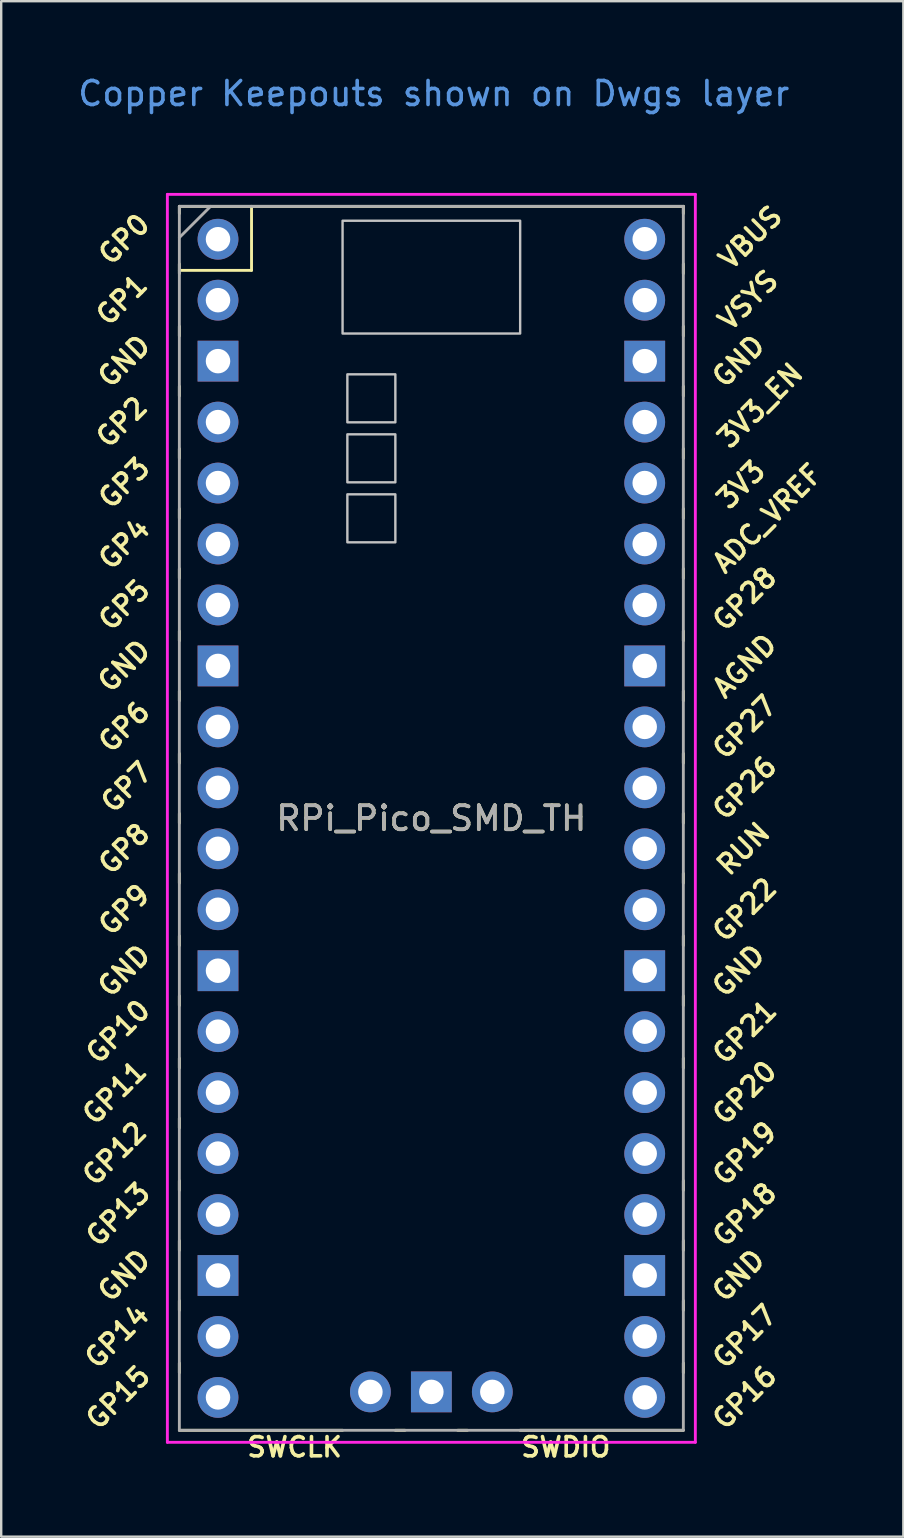
<source format=kicad_pcb>
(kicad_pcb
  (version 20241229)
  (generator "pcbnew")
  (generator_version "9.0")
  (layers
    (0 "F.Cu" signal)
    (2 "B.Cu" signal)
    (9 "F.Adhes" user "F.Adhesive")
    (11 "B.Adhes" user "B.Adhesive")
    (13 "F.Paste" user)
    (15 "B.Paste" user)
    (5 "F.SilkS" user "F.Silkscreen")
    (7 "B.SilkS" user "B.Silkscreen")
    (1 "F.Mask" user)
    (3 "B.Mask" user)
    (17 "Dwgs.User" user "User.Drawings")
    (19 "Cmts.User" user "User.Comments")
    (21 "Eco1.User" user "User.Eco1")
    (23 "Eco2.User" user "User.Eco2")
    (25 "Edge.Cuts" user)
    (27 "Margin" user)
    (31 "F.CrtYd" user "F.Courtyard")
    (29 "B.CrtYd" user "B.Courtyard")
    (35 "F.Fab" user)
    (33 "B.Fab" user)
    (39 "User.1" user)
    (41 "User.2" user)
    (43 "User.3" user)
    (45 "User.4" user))
  (footprint "RPi_Pico_SMD_TH"
    (layer "F.Cu")
    (at 14.924 31.048)
    (property "Reference" "RPi_Pico_SMD_TH" (at 0 0 0) (layer "F.SilkS") (effects (font (size 1 1) (thickness 0.15))))
    (attr through_hole)
    (fp_line (start -10.5 -25.5) (end -10.5 -25.2) (stroke (width 0.12) (type solid)) (layer "F.SilkS"))
    (fp_line (start -10.5 -25.5) (end 10.5 -25.5) (stroke (width 0.12) (type solid)) (layer "F.SilkS"))
    (fp_line (start -10.5 -23.1) (end -10.5 -22.7) (stroke (width 0.12) (type solid)) (layer "F.SilkS"))
    (fp_line (start -10.5 -22.833) (end -7.493 -22.833) (stroke (width 0.12) (type solid)) (layer "F.SilkS"))
    (fp_line (start -10.5 -20.5) (end -10.5 -20.1) (stroke (width 0.12) (type solid)) (layer "F.SilkS"))
    (fp_line (start -10.5 -18) (end -10.5 -17.6) (stroke (width 0.12) (type solid)) (layer "F.SilkS"))
    (fp_line (start -10.5 -15.4) (end -10.5 -15) (stroke (width 0.12) (type solid)) (layer "F.SilkS"))
    (fp_line (start -10.5 -12.9) (end -10.5 -12.5) (stroke (width 0.12) (type solid)) (layer "F.SilkS"))
    (fp_line (start -10.5 -10.4) (end -10.5 -10) (stroke (width 0.12) (type solid)) (layer "F.SilkS"))
    (fp_line (start -10.5 -7.8) (end -10.5 -7.4) (stroke (width 0.12) (type solid)) (layer "F.SilkS"))
    (fp_line (start -10.5 -5.3) (end -10.5 -4.9) (stroke (width 0.12) (type solid)) (layer "F.SilkS"))
    (fp_line (start -10.5 -2.7) (end -10.5 -2.3) (stroke (width 0.12) (type solid)) (layer "F.SilkS"))
    (fp_line (start -10.5 -0.2) (end -10.5 0.2) (stroke (width 0.12) (type solid)) (layer "F.SilkS"))
    (fp_line (start -10.5 2.3) (end -10.5 2.7) (stroke (width 0.12) (type solid)) (layer "F.SilkS"))
    (fp_line (start -10.5 4.9) (end -10.5 5.3) (stroke (width 0.12) (type solid)) (layer "F.SilkS"))
    (fp_line (start -10.5 7.4) (end -10.5 7.8) (stroke (width 0.12) (type solid)) (layer "F.SilkS"))
    (fp_line (start -10.5 10) (end -10.5 10.4) (stroke (width 0.12) (type solid)) (layer "F.SilkS"))
    (fp_line (start -10.5 12.5) (end -10.5 12.9) (stroke (width 0.12) (type solid)) (layer "F.SilkS"))
    (fp_line (start -10.5 15.1) (end -10.5 15.5) (stroke (width 0.12) (type solid)) (layer "F.SilkS"))
    (fp_line (start -10.5 17.6) (end -10.5 18) (stroke (width 0.12) (type solid)) (layer "F.SilkS"))
    (fp_line (start -10.5 20.1) (end -10.5 20.5) (stroke (width 0.12) (type solid)) (layer "F.SilkS"))
    (fp_line (start -10.5 22.7) (end -10.5 23.1) (stroke (width 0.12) (type solid)) (layer "F.SilkS"))
    (fp_line (start -7.493 -22.833) (end -7.493 -25.5) (stroke (width 0.12) (type solid)) (layer "F.SilkS"))
    (fp_line (start -3.7 25.5) (end -10.5 25.5) (stroke (width 0.12) (type solid)) (layer "F.SilkS"))
    (fp_line (start -1.5 25.5) (end -1.1 25.5) (stroke (width 0.12) (type solid)) (layer "F.SilkS"))
    (fp_line (start 1.1 25.5) (end 1.5 25.5) (stroke (width 0.12) (type solid)) (layer "F.SilkS"))
    (fp_line (start 10.5 -25.5) (end 10.5 -25.2) (stroke (width 0.12) (type solid)) (layer "F.SilkS"))
    (fp_line (start 10.5 -23.1) (end 10.5 -22.7) (stroke (width 0.12) (type solid)) (layer "F.SilkS"))
    (fp_line (start 10.5 -20.5) (end 10.5 -20.1) (stroke (width 0.12) (type solid)) (layer "F.SilkS"))
    (fp_line (start 10.5 -18) (end 10.5 -17.6) (stroke (width 0.12) (type solid)) (layer "F.SilkS"))
    (fp_line (start 10.5 -15.4) (end 10.5 -15) (stroke (width 0.12) (type solid)) (layer "F.SilkS"))
    (fp_line (start 10.5 -12.9) (end 10.5 -12.5) (stroke (width 0.12) (type solid)) (layer "F.SilkS"))
    (fp_line (start 10.5 -10.4) (end 10.5 -10) (stroke (width 0.12) (type solid)) (layer "F.SilkS"))
    (fp_line (start 10.5 -7.8) (end 10.5 -7.4) (stroke (width 0.12) (type solid)) (layer "F.SilkS"))
    (fp_line (start 10.5 -5.3) (end 10.5 -4.9) (stroke (width 0.12) (type solid)) (layer "F.SilkS"))
    (fp_line (start 10.5 -2.7) (end 10.5 -2.3) (stroke (width 0.12) (type solid)) (layer "F.SilkS"))
    (fp_line (start 10.5 -0.2) (end 10.5 0.2) (stroke (width 0.12) (type solid)) (layer "F.SilkS"))
    (fp_line (start 10.5 2.3) (end 10.5 2.7) (stroke (width 0.12) (type solid)) (layer "F.SilkS"))
    (fp_line (start 10.5 4.9) (end 10.5 5.3) (stroke (width 0.12) (type solid)) (layer "F.SilkS"))
    (fp_line (start 10.5 7.4) (end 10.5 7.8) (stroke (width 0.12) (type solid)) (layer "F.SilkS"))
    (fp_line (start 10.5 10) (end 10.5 10.4) (stroke (width 0.12) (type solid)) (layer "F.SilkS"))
    (fp_line (start 10.5 15.1) (end 10.5 15.5) (stroke (width 0.12) (type solid)) (layer "F.SilkS"))
    (fp_line (start 10.5 17.6) (end 10.5 18) (stroke (width 0.12) (type solid)) (layer "F.SilkS"))
    (fp_line (start 10.5 20.1) (end 10.5 20.5) (stroke (width 0.12) (type solid)) (layer "F.SilkS"))
    (fp_line (start 10.5 22.7) (end 10.5 23.1) (stroke (width 0.12) (type solid)) (layer "F.SilkS"))
    (fp_line (start 10.5 25.5) (end 3.7 25.5) (stroke (width 0.12) (type solid)) (layer "F.SilkS"))
    (fp_poly (pts (xy -1.5 -16.5) (xy -3.5 -16.5) (xy -3.5 -18.5) (xy -1.5 -18.5)) (stroke (width 0.1) (type solid)) (fill no) (layer "Dwgs.User"))
    (fp_poly (pts (xy -1.5 -14) (xy -3.5 -14) (xy -3.5 -16) (xy -1.5 -16)) (stroke (width 0.1) (type solid)) (fill no) (layer "Dwgs.User"))
    (fp_poly (pts (xy -1.5 -11.5) (xy -3.5 -11.5) (xy -3.5 -13.5) (xy -1.5 -13.5)) (stroke (width 0.1) (type solid)) (fill no) (layer "Dwgs.User"))
    (fp_poly (pts (xy 3.7 -20.2) (xy -3.7 -20.2) (xy -3.7 -24.9) (xy 3.7 -24.9)) (stroke (width 0.1) (type solid)) (fill no) (layer "Dwgs.User"))
    (fp_line (start -11 -26) (end 11 -26) (stroke (width 0.12) (type solid)) (layer "F.CrtYd"))
    (fp_line (start -11 26) (end -11 -26) (stroke (width 0.12) (type solid)) (layer "F.CrtYd"))
    (fp_line (start 11 -26) (end 11 26) (stroke (width 0.12) (type solid)) (layer "F.CrtYd"))
    (fp_line (start 11 26) (end -11 26) (stroke (width 0.12) (type solid)) (layer "F.CrtYd"))
    (fp_line (start -10.5 -25.5) (end 10.5 -25.5) (stroke (width 0.12) (type solid)) (layer "F.Fab"))
    (fp_line (start -10.5 -24.2) (end -9.2 -25.5) (stroke (width 0.12) (type solid)) (layer "F.Fab"))
    (fp_line (start -10.5 25.5) (end -10.5 -25.5) (stroke (width 0.12) (type solid)) (layer "F.Fab"))
    (fp_line (start 10.5 -25.5) (end 10.5 25.5) (stroke (width 0.12) (type solid)) (layer "F.Fab"))
    (fp_line (start 10.5 25.5) (end -10.5 25.5) (stroke (width 0.12) (type solid)) (layer "F.Fab"))
    (fp_text user "GP16" (at 13.054 24.13 45) (layer "F.SilkS") (effects (font (size 0.8 0.8) (thickness 0.15))))
    (fp_text user "GND" (at 12.8 19.05 45) (layer "F.SilkS") (effects (font (size 0.8 0.8) (thickness 0.15))))
    (fp_text user "GP2" (at -12.9 -16.51 45) (layer "F.SilkS") (effects (font (size 0.8 0.8) (thickness 0.15))))
    (fp_text user "RUN" (at 13 1.27 45) (layer "F.SilkS") (effects (font (size 0.8 0.8) (thickness 0.15))))
    (fp_text user "GP14" (at -13.1 21.59 45) (layer "F.SilkS") (effects (font (size 0.8 0.8) (thickness 0.15))))
    (fp_text user "GP6" (at -12.8 -3.81 45) (layer "F.SilkS") (effects (font (size 0.8 0.8) (thickness 0.15))))
    (fp_text user "GP19" (at 13.054 13.97 45) (layer "F.SilkS") (effects (font (size 0.8 0.8) (thickness 0.15))))
    (fp_text user "GP9" (at -12.8 3.81 45) (layer "F.SilkS") (effects (font (size 0.8 0.8) (thickness 0.15))))
    (fp_text user "SWDIO" (at 5.6 26.2 0) (layer "F.SilkS") (effects (font (size 0.8 0.8) (thickness 0.15))))
    (fp_text user "GND" (at -12.8 -6.35 45) (layer "F.SilkS") (effects (font (size 0.8 0.8) (thickness 0.15))))
    (fp_text user "GP22" (at 13.054 3.81 45) (layer "F.SilkS") (effects (font (size 0.8 0.8) (thickness 0.15))))
    (fp_text user "GP12" (at -13.2 13.97 45) (layer "F.SilkS") (effects (font (size 0.8 0.8) (thickness 0.15))))
    (fp_text user "GP10" (at -13.054 8.89 45) (layer "F.SilkS") (effects (font (size 0.8 0.8) (thickness 0.15))))
    (fp_text user "GND" (at -12.8 6.35 45) (layer "F.SilkS") (effects (font (size 0.8 0.8) (thickness 0.15))))
    (fp_text user "VSYS" (at 13.2 -21.59 45) (layer "F.SilkS") (effects (font (size 0.8 0.8) (thickness 0.15))))
    (fp_text user "GP0" (at -12.8 -24.13 45) (layer "F.SilkS") (effects (font (size 0.8 0.8) (thickness 0.15))))
    (fp_text user "GP5" (at -12.8 -8.89 45) (layer "F.SilkS") (effects (font (size 0.8 0.8) (thickness 0.15))))
    (fp_text user "GP20" (at 13.054 11.43 45) (layer "F.SilkS") (effects (font (size 0.8 0.8) (thickness 0.15))))
    (fp_text user "GND" (at 12.8 6.35 45) (layer "F.SilkS") (effects (font (size 0.8 0.8) (thickness 0.15))))
    (fp_text user "GP8" (at -12.8 1.27 45) (layer "F.SilkS") (effects (font (size 0.8 0.8) (thickness 0.15))))
    (fp_text user "AGND" (at 13.054 -6.35 45) (layer "F.SilkS") (effects (font (size 0.8 0.8) (thickness 0.15))))
    (fp_text user "GND" (at -12.8 19.05 45) (layer "F.SilkS") (effects (font (size 0.8 0.8) (thickness 0.15))))
    (fp_text user "3V3" (at 12.9 -13.9 45) (layer "F.SilkS") (effects (font (size 0.8 0.8) (thickness 0.15))))
    (fp_text user "GP26" (at 13.054 -1.27 45) (layer "F.SilkS") (effects (font (size 0.8 0.8) (thickness 0.15))))
    (fp_text user "GP1" (at -12.9 -21.6 45) (layer "F.SilkS") (effects (font (size 0.8 0.8) (thickness 0.15))))
    (fp_text user "GND" (at 12.8 -19.05 45) (layer "F.SilkS") (effects (font (size 0.8 0.8) (thickness 0.15))))
    (fp_text user "GP11" (at -13.2 11.43 45) (layer "F.SilkS") (effects (font (size 0.8 0.8) (thickness 0.15))))
    (fp_text user "3V3_EN" (at 13.7 -17.2 45) (layer "F.SilkS") (effects (font (size 0.8 0.8) (thickness 0.15))))
    (fp_text user "GP17" (at 13.054 21.59 45) (layer "F.SilkS") (effects (font (size 0.8 0.8) (thickness 0.15))))
    (fp_text user "GP18" (at 13.054 16.51 45) (layer "F.SilkS") (effects (font (size 0.8 0.8) (thickness 0.15))))
    (fp_text user "GP3" (at -12.8 -13.97 45) (layer "F.SilkS") (effects (font (size 0.8 0.8) (thickness 0.15))))
    (fp_text user "GP27" (at 13.054 -3.8 45) (layer "F.SilkS") (effects (font (size 0.8 0.8) (thickness 0.15))))
    (fp_text user "GP4" (at -12.8 -11.43 45) (layer "F.SilkS") (effects (font (size 0.8 0.8) (thickness 0.15))))
    (fp_text user "GP15" (at -13.054 24.13 45) (layer "F.SilkS") (effects (font (size 0.8 0.8) (thickness 0.15))))
    (fp_text user "GP7" (at -12.7 -1.3 45) (layer "F.SilkS") (effects (font (size 0.8 0.8) (thickness 0.15))))
    (fp_text user "GP13" (at -13.054 16.51 45) (layer "F.SilkS") (effects (font (size 0.8 0.8) (thickness 0.15))))
    (fp_text user "GND" (at -12.8 -19.05 45) (layer "F.SilkS") (effects (font (size 0.8 0.8) (thickness 0.15))))
    (fp_text user "GP21" (at 13.054 8.9 45) (layer "F.SilkS") (effects (font (size 0.8 0.8) (thickness 0.15))))
    (fp_text user "SWCLK" (at -5.7 26.2 0) (layer "F.SilkS") (effects (font (size 0.8 0.8) (thickness 0.15))))
    (fp_text user "ADC_VREF" (at 14 -12.5 45) (layer "F.SilkS") (effects (font (size 0.8 0.8) (thickness 0.15))))
    (fp_text user "VBUS" (at 13.3 -24.2 45) (layer "F.SilkS") (effects (font (size 0.8 0.8) (thickness 0.15))))
    (fp_text user "GP28" (at 13.054 -9.144 45) (layer "F.SilkS") (effects (font (size 0.8 0.8) (thickness 0.15))))
    (fp_text user "Copper Keepouts shown on Dwgs layer" (at 0.1 -30.2 0) (layer "Cmts.User") (effects (font (size 1 1) (thickness 0.15))))
    (fp_text user "${REFERENCE}" (at 0 0 180) (layer "F.Fab") (effects (font (size 1 1) (thickness 0.15))))
    (pad "1" thru_hole oval (at -8.89 -24.13) (size 1.7 1.7) (drill 1.02) (layers "*.Cu" "*.Mask"))
    (pad "2" thru_hole oval (at -8.89 -21.59) (size 1.7 1.7) (drill 1.02) (layers "*.Cu" "*.Mask"))
    (pad "3" thru_hole rect (at -8.89 -19.05) (size 1.7 1.7) (drill 1.02) (layers "*.Cu" "*.Mask"))
    (pad "4" thru_hole oval (at -8.89 -16.51) (size 1.7 1.7) (drill 1.02) (layers "*.Cu" "*.Mask"))
    (pad "5" thru_hole oval (at -8.89 -13.97) (size 1.7 1.7) (drill 1.02) (layers "*.Cu" "*.Mask"))
    (pad "6" thru_hole oval (at -8.89 -11.43) (size 1.7 1.7) (drill 1.02) (layers "*.Cu" "*.Mask"))
    (pad "7" thru_hole oval (at -8.89 -8.89) (size 1.7 1.7) (drill 1.02) (layers "*.Cu" "*.Mask"))
    (pad "8" thru_hole rect (at -8.89 -6.35) (size 1.7 1.7) (drill 1.02) (layers "*.Cu" "*.Mask"))
    (pad "9" thru_hole oval (at -8.89 -3.81) (size 1.7 1.7) (drill 1.02) (layers "*.Cu" "*.Mask"))
    (pad "10" thru_hole oval (at -8.89 -1.27) (size 1.7 1.7) (drill 1.02) (layers "*.Cu" "*.Mask"))
    (pad "11" thru_hole oval (at -8.89 1.27) (size 1.7 1.7) (drill 1.02) (layers "*.Cu" "*.Mask"))
    (pad "12" thru_hole oval (at -8.89 3.81) (size 1.7 1.7) (drill 1.02) (layers "*.Cu" "*.Mask"))
    (pad "13" thru_hole rect (at -8.89 6.35) (size 1.7 1.7) (drill 1.02) (layers "*.Cu" "*.Mask"))
    (pad "14" thru_hole oval (at -8.89 8.89) (size 1.7 1.7) (drill 1.02) (layers "*.Cu" "*.Mask"))
    (pad "15" thru_hole oval (at -8.89 11.43) (size 1.7 1.7) (drill 1.02) (layers "*.Cu" "*.Mask"))
    (pad "16" thru_hole oval (at -8.89 13.97) (size 1.7 1.7) (drill 1.02) (layers "*.Cu" "*.Mask"))
    (pad "17" thru_hole oval (at -8.89 16.51) (size 1.7 1.7) (drill 1.02) (layers "*.Cu" "*.Mask"))
    (pad "18" thru_hole rect (at -8.89 19.05) (size 1.7 1.7) (drill 1.02) (layers "*.Cu" "*.Mask"))
    (pad "19" thru_hole oval (at -8.89 21.59) (size 1.7 1.7) (drill 1.02) (layers "*.Cu" "*.Mask"))
    (pad "20" thru_hole oval (at -8.89 24.13) (size 1.7 1.7) (drill 1.02) (layers "*.Cu" "*.Mask"))
    (pad "21" thru_hole oval (at 8.89 24.13) (size 1.7 1.7) (drill 1.02) (layers "*.Cu" "*.Mask"))
    (pad "22" thru_hole oval (at 8.89 21.59) (size 1.7 1.7) (drill 1.02) (layers "*.Cu" "*.Mask"))
    (pad "23" thru_hole rect (at 8.89 19.05) (size 1.7 1.7) (drill 1.02) (layers "*.Cu" "*.Mask"))
    (pad "24" thru_hole oval (at 8.89 16.51) (size 1.7 1.7) (drill 1.02) (layers "*.Cu" "*.Mask"))
    (pad "25" thru_hole oval (at 8.89 13.97) (size 1.7 1.7) (drill 1.02) (layers "*.Cu" "*.Mask"))
    (pad "26" thru_hole oval (at 8.89 11.43) (size 1.7 1.7) (drill 1.02) (layers "*.Cu" "*.Mask"))
    (pad "27" thru_hole oval (at 8.89 8.89) (size 1.7 1.7) (drill 1.02) (layers "*.Cu" "*.Mask"))
    (pad "28" thru_hole rect (at 8.89 6.35) (size 1.7 1.7) (drill 1.02) (layers "*.Cu" "*.Mask"))
    (pad "29" thru_hole oval (at 8.89 3.81) (size 1.7 1.7) (drill 1.02) (layers "*.Cu" "*.Mask"))
    (pad "30" thru_hole oval (at 8.89 1.27) (size 1.7 1.7) (drill 1.02) (layers "*.Cu" "*.Mask"))
    (pad "31" thru_hole oval (at 8.89 -1.27) (size 1.7 1.7) (drill 1.02) (layers "*.Cu" "*.Mask"))
    (pad "32" thru_hole oval (at 8.89 -3.81) (size 1.7 1.7) (drill 1.02) (layers "*.Cu" "*.Mask"))
    (pad "33" thru_hole rect (at 8.89 -6.35) (size 1.7 1.7) (drill 1.02) (layers "*.Cu" "*.Mask"))
    (pad "34" thru_hole oval (at 8.89 -8.89) (size 1.7 1.7) (drill 1.02) (layers "*.Cu" "*.Mask"))
    (pad "35" thru_hole oval (at 8.89 -11.43) (size 1.7 1.7) (drill 1.02) (layers "*.Cu" "*.Mask"))
    (pad "36" thru_hole oval (at 8.89 -13.97) (size 1.7 1.7) (drill 1.02) (layers "*.Cu" "*.Mask"))
    (pad "37" thru_hole oval (at 8.89 -16.51) (size 1.7 1.7) (drill 1.02) (layers "*.Cu" "*.Mask"))
    (pad "38" thru_hole rect (at 8.89 -19.05) (size 1.7 1.7) (drill 1.02) (layers "*.Cu" "*.Mask"))
    (pad "39" thru_hole oval (at 8.89 -21.59) (size 1.7 1.7) (drill 1.02) (layers "*.Cu" "*.Mask"))
    (pad "40" thru_hole oval (at 8.89 -24.13) (size 1.7 1.7) (drill 1.02) (layers "*.Cu" "*.Mask"))
    (pad "41" thru_hole oval (at -2.54 23.9) (size 1.7 1.7) (drill 1.02) (layers "*.Cu" "*.Mask"))
    (pad "42" thru_hole rect (at 0 23.9) (size 1.7 1.7) (drill 1.02) (layers "*.Cu" "*.Mask"))
    (pad "43" thru_hole oval (at 2.54 23.9) (size 1.7 1.7) (drill 1.02) (layers "*.Cu" "*.Mask")))
  (gr_rect
    (start -3 -3)
    (end 34.591 60.98)
    (stroke (width 0.1) (type default))
    (fill no)
    (layer "Edge.Cuts")))
</source>
